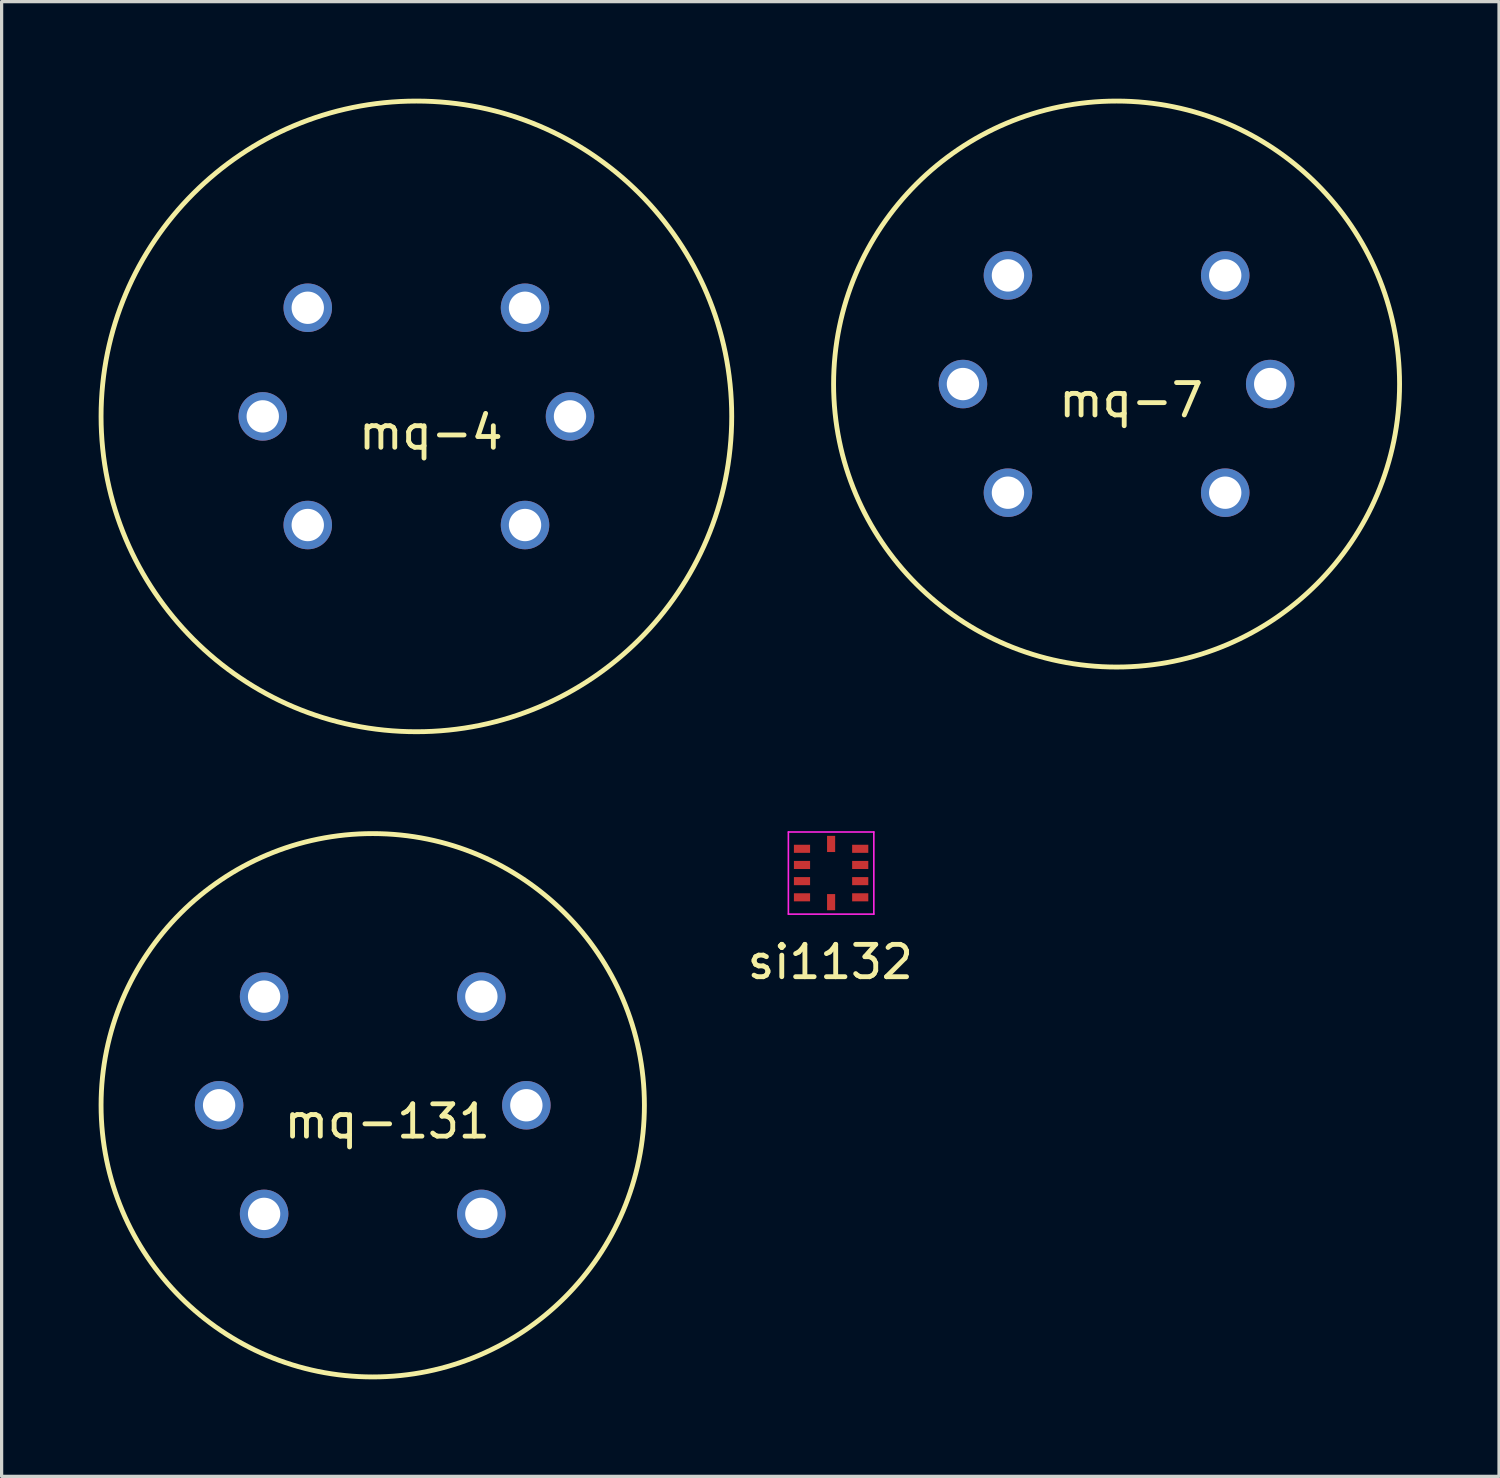
<source format=kicad_pcb>
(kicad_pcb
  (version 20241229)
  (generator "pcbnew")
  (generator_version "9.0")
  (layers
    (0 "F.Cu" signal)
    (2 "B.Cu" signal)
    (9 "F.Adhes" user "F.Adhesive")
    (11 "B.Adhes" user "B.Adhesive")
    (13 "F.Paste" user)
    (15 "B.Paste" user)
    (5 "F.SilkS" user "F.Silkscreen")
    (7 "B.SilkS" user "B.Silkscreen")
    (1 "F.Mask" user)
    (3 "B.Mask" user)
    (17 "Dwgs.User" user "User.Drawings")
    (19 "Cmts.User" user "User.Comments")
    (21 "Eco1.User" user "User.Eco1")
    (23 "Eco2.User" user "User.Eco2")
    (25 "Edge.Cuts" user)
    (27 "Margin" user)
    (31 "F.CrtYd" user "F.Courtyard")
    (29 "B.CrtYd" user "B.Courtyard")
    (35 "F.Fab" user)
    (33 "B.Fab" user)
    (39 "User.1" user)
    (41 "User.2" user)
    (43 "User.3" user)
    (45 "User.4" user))
  (footprint "mq-7"
    (layer "F.Cu")
    (at 31.475 8.825)
    (property "Reference" "mq-7" (at 0.45 0.5 0) (layer "F.SilkS") (effects (font (size 1 1) (thickness 0.15))))
    (attr through_hole)
    (fp_circle (center 0 0) (end -8.75 0) (stroke (width 0.15) (type solid)) (fill no) (layer "F.SilkS"))
    (pad "1" thru_hole circle (at -3.359 -3.359) (size 1.5 1.5) (drill 1) (layers "*.Cu" "*.Mask"))
    (pad "2" thru_hole circle (at -4.75 0) (size 1.5 1.5) (drill 1) (layers "*.Cu" "*.Mask"))
    (pad "3" thru_hole circle (at -3.359 3.359) (size 1.5 1.5) (drill 1) (layers "*.Cu" "*.Mask"))
    (pad "4" thru_hole circle (at 3.359 3.359) (size 1.5 1.5) (drill 1) (layers "*.Cu" "*.Mask"))
    (pad "5" thru_hole circle (at 4.75 0) (size 1.5 1.5) (drill 1) (layers "*.Cu" "*.Mask"))
    (pad "6" thru_hole circle (at 3.359 -3.359) (size 1.5 1.5) (drill 1) (layers "*.Cu" "*.Mask")))
  (footprint "mq-4"
    (layer "F.Cu")
    (at 9.825 9.825)
    (property "Reference" "mq-4" (at 0.45 0.5 0) (layer "F.SilkS") (effects (font (size 1 1) (thickness 0.15))))
    (attr through_hole)
    (fp_circle (center 0 0) (end 9.75 0) (stroke (width 0.15) (type solid)) (fill no) (layer "F.SilkS"))
    (pad "1" thru_hole circle (at -3.359 -3.359) (size 1.5 1.5) (drill 1) (layers "*.Cu" "*.Mask"))
    (pad "2" thru_hole circle (at -4.75 0) (size 1.5 1.5) (drill 1) (layers "*.Cu" "*.Mask"))
    (pad "3" thru_hole circle (at -3.359 3.359) (size 1.5 1.5) (drill 1) (layers "*.Cu" "*.Mask"))
    (pad "4" thru_hole circle (at 3.359 3.359) (size 1.5 1.5) (drill 1) (layers "*.Cu" "*.Mask"))
    (pad "5" thru_hole circle (at 4.75 0) (size 1.5 1.5) (drill 1) (layers "*.Cu" "*.Mask"))
    (pad "6" thru_hole circle (at 3.359 -3.359) (size 1.5 1.5) (drill 1) (layers "*.Cu" "*.Mask")))
  (footprint "si1132"
    (layer "F.Cu")
    (at 22.648 23.945)
    (property "Reference" "si1132" (at -0.025 2.75 0) (layer "F.SilkS") (effects (font (size 1 1) (thickness 0.15))))
    (attr smd)
    (fp_line (start -1.321 -1.27) (end -1.321 1.27) (stroke (width 0.05) (type solid)) (layer "F.CrtYd"))
    (fp_line (start -1.321 1.27) (end 1.321 1.27) (stroke (width 0.05) (type solid)) (layer "F.CrtYd"))
    (fp_line (start 1.321 -1.27) (end -1.321 -1.27) (stroke (width 0.05) (type solid)) (layer "F.CrtYd"))
    (fp_line (start 1.321 1.27) (end 1.321 -1.27) (stroke (width 0.05) (type solid)) (layer "F.CrtYd"))
    (pad "1" smd rect (at 0.9 -0.75) (size 0.5 0.25) (layers "F.Cu" "F.Mask" "F.Paste"))
    (pad "2" smd rect (at 0.9 -0.25) (size 0.5 0.25) (layers "F.Cu" "F.Mask" "F.Paste"))
    (pad "3" smd rect (at 0.9 0.25) (size 0.5 0.25) (layers "F.Cu" "F.Mask" "F.Paste"))
    (pad "4" smd rect (at 0.9 0.75) (size 0.5 0.25) (layers "F.Cu" "F.Mask" "F.Paste"))
    (pad "5" smd rect (at 0 0.9 90) (size 0.5 0.25) (layers "F.Cu" "F.Mask" "F.Paste"))
    (pad "6" smd rect (at -0.9 0.75) (size 0.5 0.25) (layers "F.Cu" "F.Mask" "F.Paste"))
    (pad "7" smd rect (at -0.9 0.25) (size 0.5 0.25) (layers "F.Cu" "F.Mask" "F.Paste"))
    (pad "8" smd rect (at -0.9 -0.25) (size 0.5 0.25) (layers "F.Cu" "F.Mask" "F.Paste"))
    (pad "9" smd rect (at -0.9 -0.75) (size 0.5 0.25) (layers "F.Cu" "F.Mask" "F.Paste"))
    (pad "10" smd rect (at 0 -0.9 90) (size 0.5 0.25) (layers "F.Cu" "F.Mask" "F.Paste")))
  (footprint "mq-131"
    (layer "F.Cu")
    (at 8.475 31.125)
    (property "Reference" "mq-131" (at 0.45 0.5 0) (layer "F.SilkS") (effects (font (size 1 1) (thickness 0.15))))
    (attr through_hole)
    (fp_circle (center 0 0) (end 8.4 0) (stroke (width 0.15) (type solid)) (fill no) (layer "F.SilkS"))
    (pad "1" thru_hole circle (at -3.359 -3.359) (size 1.5 1.5) (drill 1) (layers "*.Cu" "*.Mask"))
    (pad "2" thru_hole circle (at -4.75 0) (size 1.5 1.5) (drill 1) (layers "*.Cu" "*.Mask"))
    (pad "3" thru_hole circle (at -3.359 3.359) (size 1.5 1.5) (drill 1) (layers "*.Cu" "*.Mask"))
    (pad "4" thru_hole circle (at 3.359 3.359) (size 1.5 1.5) (drill 1) (layers "*.Cu" "*.Mask"))
    (pad "5" thru_hole circle (at 4.75 0) (size 1.5 1.5) (drill 1) (layers "*.Cu" "*.Mask"))
    (pad "6" thru_hole circle (at 3.359 -3.359) (size 1.5 1.5) (drill 1) (layers "*.Cu" "*.Mask")))
  (gr_rect
    (start -3 -3)
    (end 43.3 42.6)
    (stroke (width 0.1) (type default))
    (fill no)
    (layer "Edge.Cuts")))
</source>
